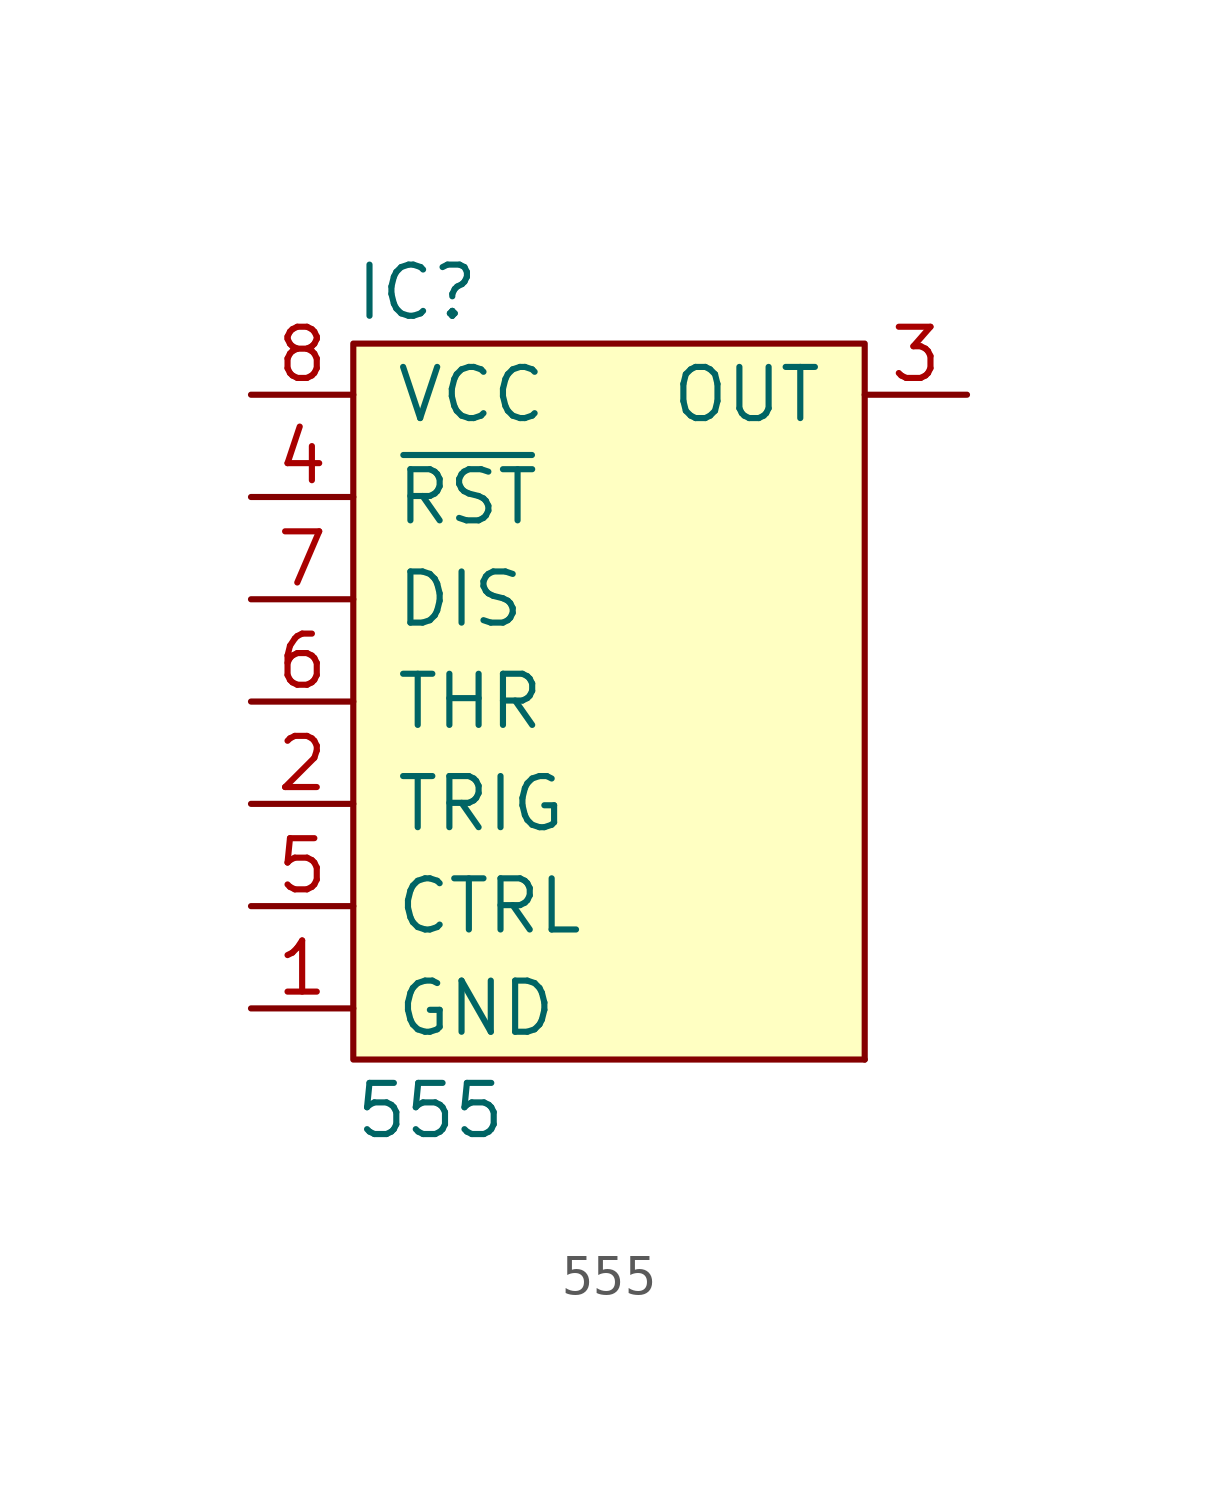
<source format=kicad_sym>
(kicad_symbol_lib
  (version 20211014)
  (generator kicad_symbol_editor)
  (symbol "555"
    (pin_names
      (offset 1.016))
    (property "Reference" "IC"
      (at -7.62 10.16 0)
      (effects (font (size 1.27 1.27)) (justify left)))
    (property "Value" "555"
      (at -7.62 -10.16 0)
      (effects (font (size 1.27 1.27)) (justify left)))
    (symbol "555_0_1"
      (rectangle (start -7.62 8.89) (end 5.08 -8.89) (stroke (width 0) (type default) (color 0 0 0 0)) (fill (type background)))
      (rectangle (start 5.08 -8.89) (end 5.08 -8.89) (stroke (width 0) (type default) (color 0 0 0 0)) (fill (type none))))
    (symbol "555_1_1"
      (pin power_in line (at -10.16 -7.62 0) (length 2.54) (name "GND" (effects (font (size 1.27 1.27)))) (number "1" (effects (font (size 1.27 1.27)))))
      (pin input line (at -10.16 -2.54 0) (length 2.54) (name "TRIG" (effects (font (size 1.27 1.27)))) (number "2" (effects (font (size 1.27 1.27)))))
      (pin output line (at 7.62 7.62 180) (length 2.54) (name "OUT" (effects (font (size 1.27 1.27)))) (number "3" (effects (font (size 1.27 1.27)))))
      (pin input line (at -10.16 5.08 0) (length 2.54) (name "~{RST}" (effects (font (size 1.27 1.27)))) (number "4" (effects (font (size 1.27 1.27)))))
      (pin input line (at -10.16 -5.08 0) (length 2.54) (name "CTRL" (effects (font (size 1.27 1.27)))) (number "5" (effects (font (size 1.27 1.27)))))
      (pin input line (at -10.16 0 0) (length 2.54) (name "THR" (effects (font (size 1.27 1.27)))) (number "6" (effects (font (size 1.27 1.27)))))
      (pin output line (at -10.16 2.54 0) (length 2.54) (name "DIS" (effects (font (size 1.27 1.27)))) (number "7" (effects (font (size 1.27 1.27)))))
      (pin power_in line (at -10.16 7.62 0) (length 2.54) (name "VCC" (effects (font (size 1.27 1.27)))) (number "8" (effects (font (size 1.27 1.27))))))))
</source>
